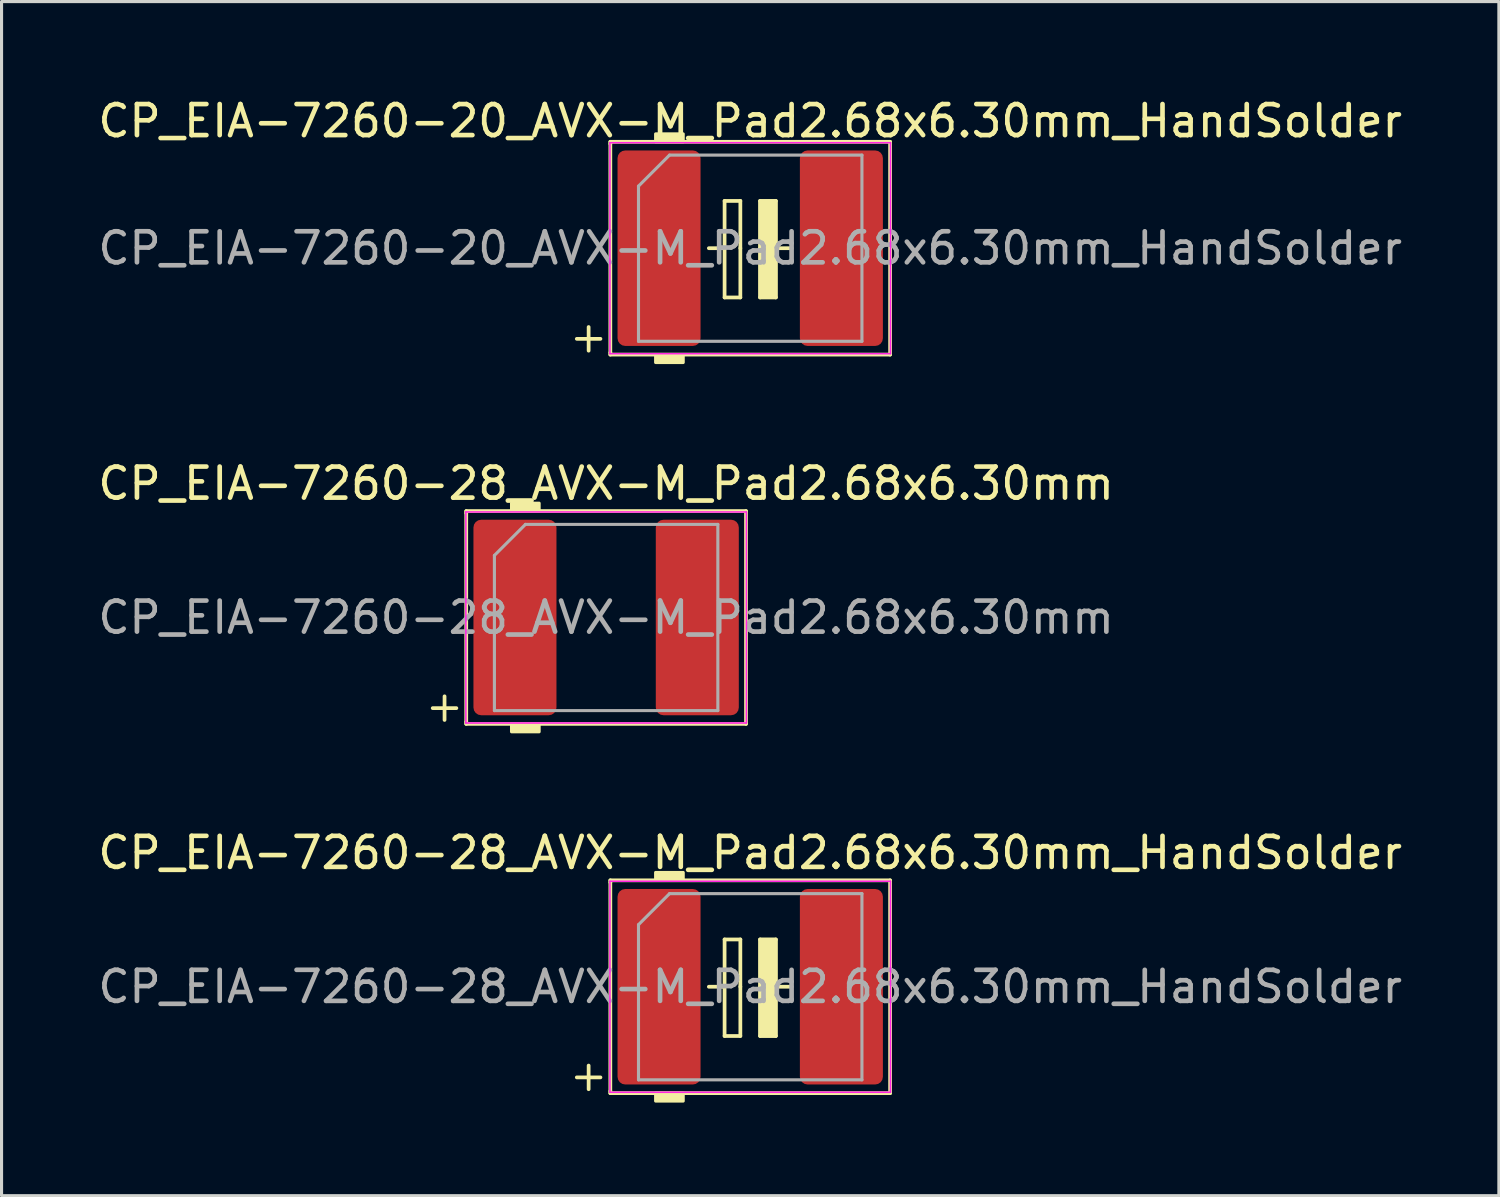
<source format=kicad_pcb>
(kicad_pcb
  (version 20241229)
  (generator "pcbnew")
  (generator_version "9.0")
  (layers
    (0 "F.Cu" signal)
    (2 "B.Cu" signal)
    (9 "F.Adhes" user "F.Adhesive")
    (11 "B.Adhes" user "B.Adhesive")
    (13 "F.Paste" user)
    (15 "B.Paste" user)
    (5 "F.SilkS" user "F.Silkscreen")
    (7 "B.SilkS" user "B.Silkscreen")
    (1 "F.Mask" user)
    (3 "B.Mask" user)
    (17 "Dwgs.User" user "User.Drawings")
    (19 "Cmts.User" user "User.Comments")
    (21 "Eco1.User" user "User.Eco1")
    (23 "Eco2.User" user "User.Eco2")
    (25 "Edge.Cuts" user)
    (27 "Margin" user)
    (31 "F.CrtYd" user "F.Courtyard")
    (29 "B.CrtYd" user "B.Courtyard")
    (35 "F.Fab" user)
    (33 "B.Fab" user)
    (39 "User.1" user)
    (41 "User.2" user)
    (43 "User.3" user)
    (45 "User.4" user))
  (footprint "CP_EIA-7260-28_AVX-M_Pad2.68x6.30mm_HandSolder"
    (layer "F.Cu")
    (at 21.125 28.747)
    (property "Reference" "CP_EIA-7260-28_AVX-M_Pad2.68x6.30mm_HandSolder" (at 0 -4.318 0) (layer "F.SilkS") (effects (font (size 1 1) (thickness 0.15))))
    (attr smd)
    (fp_line (start -5.588 2.921) (end -4.826 2.921) (stroke (width 0.12) (type solid)) (layer "F.SilkS"))
    (fp_line (start -5.207 2.54) (end -5.207 3.302) (stroke (width 0.12) (type solid)) (layer "F.SilkS"))
    (fp_line (start -4.508 -3.429) (end -4.508 -3.365) (stroke (width 0.12) (type solid)) (layer "F.SilkS"))
    (fp_line (start -4.508 -3.365) (end -4.508 3.365) (stroke (width 0.12) (type solid)) (layer "F.SilkS"))
    (fp_line (start -4.508 3.365) (end -4.508 3.429) (stroke (width 0.12) (type solid)) (layer "F.SilkS"))
    (fp_line (start -4.508 3.429) (end 4.508 3.429) (stroke (width 0.12) (type solid)) (layer "F.SilkS"))
    (fp_line (start -1.333 0) (end -0.826 0) (stroke (width 0.12) (type solid)) (layer "F.SilkS"))
    (fp_line (start -0.826 -1.524) (end -0.826 0) (stroke (width 0.12) (type solid)) (layer "F.SilkS"))
    (fp_line (start -0.826 1.587) (end -0.826 0) (stroke (width 0.12) (type solid)) (layer "F.SilkS"))
    (fp_line (start -0.826 1.587) (end -0.318 1.587) (stroke (width 0.12) (type solid)) (layer "F.SilkS"))
    (fp_line (start -0.318 -1.524) (end -0.826 -1.524) (stroke (width 0.12) (type solid)) (layer "F.SilkS"))
    (fp_line (start -0.318 -1.524) (end -0.318 0) (stroke (width 0.12) (type solid)) (layer "F.SilkS"))
    (fp_line (start -0.318 1.587) (end -0.318 0) (stroke (width 0.12) (type solid)) (layer "F.SilkS"))
    (fp_line (start 0.318 -1.524) (end 0.318 0) (stroke (width 0.12) (type solid)) (layer "F.SilkS"))
    (fp_line (start 0.318 1.587) (end 0.318 0) (stroke (width 0.12) (type solid)) (layer "F.SilkS"))
    (fp_line (start 0.318 1.587) (end 0.826 1.587) (stroke (width 0.12) (type solid)) (layer "F.SilkS"))
    (fp_line (start 0.826 -1.524) (end 0.318 -1.524) (stroke (width 0.12) (type solid)) (layer "F.SilkS"))
    (fp_line (start 0.826 -1.524) (end 0.826 0) (stroke (width 0.12) (type solid)) (layer "F.SilkS"))
    (fp_line (start 0.826 0) (end 1.333 0) (stroke (width 0.12) (type solid)) (layer "F.SilkS"))
    (fp_line (start 0.826 1.587) (end 0.826 0) (stroke (width 0.12) (type solid)) (layer "F.SilkS"))
    (fp_line (start 4.508 -3.429) (end -4.508 -3.429) (stroke (width 0.12) (type solid)) (layer "F.SilkS"))
    (fp_line (start 4.508 3.429) (end 4.508 -3.429) (stroke (width 0.12) (type solid)) (layer "F.SilkS"))
    (fp_poly (pts (xy -2.159 -3.429) (xy -3.048 -3.429) (xy -3.048 -3.683) (xy -2.159 -3.683)) (stroke (width 0.1) (type solid)) (fill yes) (layer "F.SilkS"))
    (fp_poly (pts (xy -2.159 3.683) (xy -3.048 3.683) (xy -3.048 3.429) (xy -2.159 3.429)) (stroke (width 0.1) (type solid)) (fill yes) (layer "F.SilkS"))
    (fp_poly (pts (xy 0.826 1.587) (xy 0.318 1.587) (xy 0.318 -1.524) (xy 0.826 -1.524)) (stroke (width 0.1) (type solid)) (fill yes) (layer "F.SilkS"))
    (fp_line (start -4.52 -3.4) (end 4.52 -3.4) (stroke (width 0.05) (type solid)) (layer "F.CrtYd"))
    (fp_line (start -4.52 3.4) (end -4.52 -3.4) (stroke (width 0.05) (type solid)) (layer "F.CrtYd"))
    (fp_line (start 4.52 -3.4) (end 4.52 3.4) (stroke (width 0.05) (type solid)) (layer "F.CrtYd"))
    (fp_line (start 4.52 3.4) (end -4.52 3.4) (stroke (width 0.05) (type solid)) (layer "F.CrtYd"))
    (fp_line (start -3.6 -2) (end -3.6 3) (stroke (width 0.1) (type solid)) (layer "F.Fab"))
    (fp_line (start -3.6 3) (end 3.6 3) (stroke (width 0.1) (type solid)) (layer "F.Fab"))
    (fp_line (start -2.6 -3) (end -3.6 -2) (stroke (width 0.1) (type solid)) (layer "F.Fab"))
    (fp_line (start 3.6 -3) (end -2.6 -3) (stroke (width 0.1) (type solid)) (layer "F.Fab"))
    (fp_line (start 3.6 3) (end 3.6 -3) (stroke (width 0.1) (type solid)) (layer "F.Fab"))
    (fp_text user "${REFERENCE}" (at 0 0 0) (layer "F.Fab") (effects (font (size 1 1) (thickness 0.15))))
    (pad "1" smd roundrect (at -2.938 0) (size 2.675 6.3) (layers "F.Cu" "F.Mask" "F.Paste") (roundrect_rratio 0.093))
    (pad "2" smd roundrect (at 2.938 0) (size 2.675 6.3) (layers "F.Cu" "F.Mask" "F.Paste") (roundrect_rratio 0.093)))
  (footprint "CP_EIA-7260-28_AVX-M_Pad2.68x6.30mm"
    (layer "F.Cu")
    (at 16.482 16.848)
    (property "Reference" "CP_EIA-7260-28_AVX-M_Pad2.68x6.30mm" (at 0 -4.318 0) (layer "F.SilkS") (effects (font (size 1 1) (thickness 0.15))))
    (attr smd)
    (fp_line (start -5.588 2.921) (end -4.826 2.921) (stroke (width 0.12) (type solid)) (layer "F.SilkS"))
    (fp_line (start -5.207 2.54) (end -5.207 3.302) (stroke (width 0.12) (type solid)) (layer "F.SilkS"))
    (fp_line (start -4.508 -3.429) (end -4.508 -3.365) (stroke (width 0.12) (type solid)) (layer "F.SilkS"))
    (fp_line (start -4.508 -3.365) (end -4.508 3.365) (stroke (width 0.12) (type solid)) (layer "F.SilkS"))
    (fp_line (start -4.508 3.365) (end -4.508 3.429) (stroke (width 0.12) (type solid)) (layer "F.SilkS"))
    (fp_line (start -4.508 3.429) (end 4.508 3.429) (stroke (width 0.12) (type solid)) (layer "F.SilkS"))
    (fp_line (start 4.508 -3.429) (end -4.508 -3.429) (stroke (width 0.12) (type solid)) (layer "F.SilkS"))
    (fp_line (start 4.508 3.429) (end 4.508 -3.429) (stroke (width 0.12) (type solid)) (layer "F.SilkS"))
    (fp_poly (pts (xy -2.159 -3.429) (xy -3.048 -3.429) (xy -3.048 -3.683) (xy -2.159 -3.683)) (stroke (width 0.1) (type solid)) (fill yes) (layer "F.SilkS"))
    (fp_poly (pts (xy -2.159 3.683) (xy -3.048 3.683) (xy -3.048 3.429) (xy -2.159 3.429)) (stroke (width 0.1) (type solid)) (fill yes) (layer "F.SilkS"))
    (fp_line (start -4.52 -3.4) (end 4.52 -3.4) (stroke (width 0.05) (type solid)) (layer "F.CrtYd"))
    (fp_line (start -4.52 3.4) (end -4.52 -3.4) (stroke (width 0.05) (type solid)) (layer "F.CrtYd"))
    (fp_line (start 4.52 -3.4) (end 4.52 3.4) (stroke (width 0.05) (type solid)) (layer "F.CrtYd"))
    (fp_line (start 4.52 3.4) (end -4.52 3.4) (stroke (width 0.05) (type solid)) (layer "F.CrtYd"))
    (fp_line (start -3.6 -2) (end -3.6 3) (stroke (width 0.1) (type solid)) (layer "F.Fab"))
    (fp_line (start -3.6 3) (end 3.6 3) (stroke (width 0.1) (type solid)) (layer "F.Fab"))
    (fp_line (start -2.6 -3) (end -3.6 -2) (stroke (width 0.1) (type solid)) (layer "F.Fab"))
    (fp_line (start 3.6 -3) (end -2.6 -3) (stroke (width 0.1) (type solid)) (layer "F.Fab"))
    (fp_line (start 3.6 3) (end 3.6 -3) (stroke (width 0.1) (type solid)) (layer "F.Fab"))
    (fp_text user "${REFERENCE}" (at 0 0 0) (layer "F.Fab") (effects (font (size 1 1) (thickness 0.15))))
    (pad "1" smd roundrect (at -2.938 0) (size 2.675 6.3) (layers "F.Cu" "F.Mask" "F.Paste") (roundrect_rratio 0.093))
    (pad "2" smd roundrect (at 2.938 0) (size 2.675 6.3) (layers "F.Cu" "F.Mask" "F.Paste") (roundrect_rratio 0.093)))
  (footprint "CP_EIA-7260-20_AVX-M_Pad2.68x6.30mm_HandSolder"
    (layer "F.Cu")
    (at 21.125 4.948)
    (property "Reference" "CP_EIA-7260-20_AVX-M_Pad2.68x6.30mm_HandSolder" (at 0 -4.1 0) (layer "F.SilkS") (effects (font (size 1 1) (thickness 0.15))))
    (attr smd)
    (fp_line (start -5.588 2.921) (end -4.826 2.921) (stroke (width 0.12) (type solid)) (layer "F.SilkS"))
    (fp_line (start -5.207 2.54) (end -5.207 3.302) (stroke (width 0.12) (type solid)) (layer "F.SilkS"))
    (fp_line (start -4.508 -3.429) (end -4.508 -3.365) (stroke (width 0.12) (type solid)) (layer "F.SilkS"))
    (fp_line (start -4.508 -3.365) (end -4.508 3.365) (stroke (width 0.12) (type solid)) (layer "F.SilkS"))
    (fp_line (start -4.508 3.365) (end -4.508 3.429) (stroke (width 0.12) (type solid)) (layer "F.SilkS"))
    (fp_line (start -4.508 3.429) (end 4.508 3.429) (stroke (width 0.12) (type solid)) (layer "F.SilkS"))
    (fp_line (start -1.333 0) (end -0.826 0) (stroke (width 0.12) (type solid)) (layer "F.SilkS"))
    (fp_line (start -0.826 -1.524) (end -0.826 0) (stroke (width 0.12) (type solid)) (layer "F.SilkS"))
    (fp_line (start -0.826 1.587) (end -0.826 0) (stroke (width 0.12) (type solid)) (layer "F.SilkS"))
    (fp_line (start -0.826 1.587) (end -0.318 1.587) (stroke (width 0.12) (type solid)) (layer "F.SilkS"))
    (fp_line (start -0.318 -1.524) (end -0.826 -1.524) (stroke (width 0.12) (type solid)) (layer "F.SilkS"))
    (fp_line (start -0.318 -1.524) (end -0.318 0) (stroke (width 0.12) (type solid)) (layer "F.SilkS"))
    (fp_line (start -0.318 1.587) (end -0.318 0) (stroke (width 0.12) (type solid)) (layer "F.SilkS"))
    (fp_line (start 0.318 -1.524) (end 0.318 0) (stroke (width 0.12) (type solid)) (layer "F.SilkS"))
    (fp_line (start 0.318 1.587) (end 0.318 0) (stroke (width 0.12) (type solid)) (layer "F.SilkS"))
    (fp_line (start 0.318 1.587) (end 0.826 1.587) (stroke (width 0.12) (type solid)) (layer "F.SilkS"))
    (fp_line (start 0.826 -1.524) (end 0.318 -1.524) (stroke (width 0.12) (type solid)) (layer "F.SilkS"))
    (fp_line (start 0.826 -1.524) (end 0.826 0) (stroke (width 0.12) (type solid)) (layer "F.SilkS"))
    (fp_line (start 0.826 0) (end 1.333 0) (stroke (width 0.12) (type solid)) (layer "F.SilkS"))
    (fp_line (start 0.826 1.587) (end 0.826 0) (stroke (width 0.12) (type solid)) (layer "F.SilkS"))
    (fp_line (start 4.508 -3.429) (end -4.508 -3.429) (stroke (width 0.12) (type solid)) (layer "F.SilkS"))
    (fp_line (start 4.508 3.429) (end 4.508 -3.429) (stroke (width 0.12) (type solid)) (layer "F.SilkS"))
    (fp_poly (pts (xy -2.159 -3.429) (xy -3.048 -3.429) (xy -3.048 -3.683) (xy -2.159 -3.683)) (stroke (width 0.1) (type solid)) (fill yes) (layer "F.SilkS"))
    (fp_poly (pts (xy -2.159 3.683) (xy -3.048 3.683) (xy -3.048 3.429) (xy -2.159 3.429)) (stroke (width 0.1) (type solid)) (fill yes) (layer "F.SilkS"))
    (fp_poly (pts (xy 0.826 1.587) (xy 0.318 1.587) (xy 0.318 -1.524) (xy 0.826 -1.524)) (stroke (width 0.1) (type solid)) (fill yes) (layer "F.SilkS"))
    (fp_line (start -4.52 -3.4) (end 4.52 -3.4) (stroke (width 0.05) (type solid)) (layer "F.CrtYd"))
    (fp_line (start -4.52 3.4) (end -4.52 -3.4) (stroke (width 0.05) (type solid)) (layer "F.CrtYd"))
    (fp_line (start 4.52 -3.4) (end 4.52 3.4) (stroke (width 0.05) (type solid)) (layer "F.CrtYd"))
    (fp_line (start 4.52 3.4) (end -4.52 3.4) (stroke (width 0.05) (type solid)) (layer "F.CrtYd"))
    (fp_line (start -3.6 -2) (end -3.6 3) (stroke (width 0.1) (type solid)) (layer "F.Fab"))
    (fp_line (start -3.6 3) (end 3.6 3) (stroke (width 0.1) (type solid)) (layer "F.Fab"))
    (fp_line (start -2.6 -3) (end -3.6 -2) (stroke (width 0.1) (type solid)) (layer "F.Fab"))
    (fp_line (start 3.6 -3) (end -2.6 -3) (stroke (width 0.1) (type solid)) (layer "F.Fab"))
    (fp_line (start 3.6 3) (end 3.6 -3) (stroke (width 0.1) (type solid)) (layer "F.Fab"))
    (fp_text user "${REFERENCE}" (at 0 0 0) (layer "F.Fab") (effects (font (size 1 1) (thickness 0.15))))
    (pad "1" smd roundrect (at -2.938 0) (size 2.675 6.3) (layers "F.Cu" "F.Mask" "F.Paste") (roundrect_rratio 0.093))
    (pad "2" smd roundrect (at 2.938 0) (size 2.675 6.3) (layers "F.Cu" "F.Mask" "F.Paste") (roundrect_rratio 0.093)))
  (gr_rect
    (start -3 -3)
    (end 45.25 35.48)
    (stroke (width 0.1) (type default))
    (fill no)
    (layer "Edge.Cuts")))
</source>
